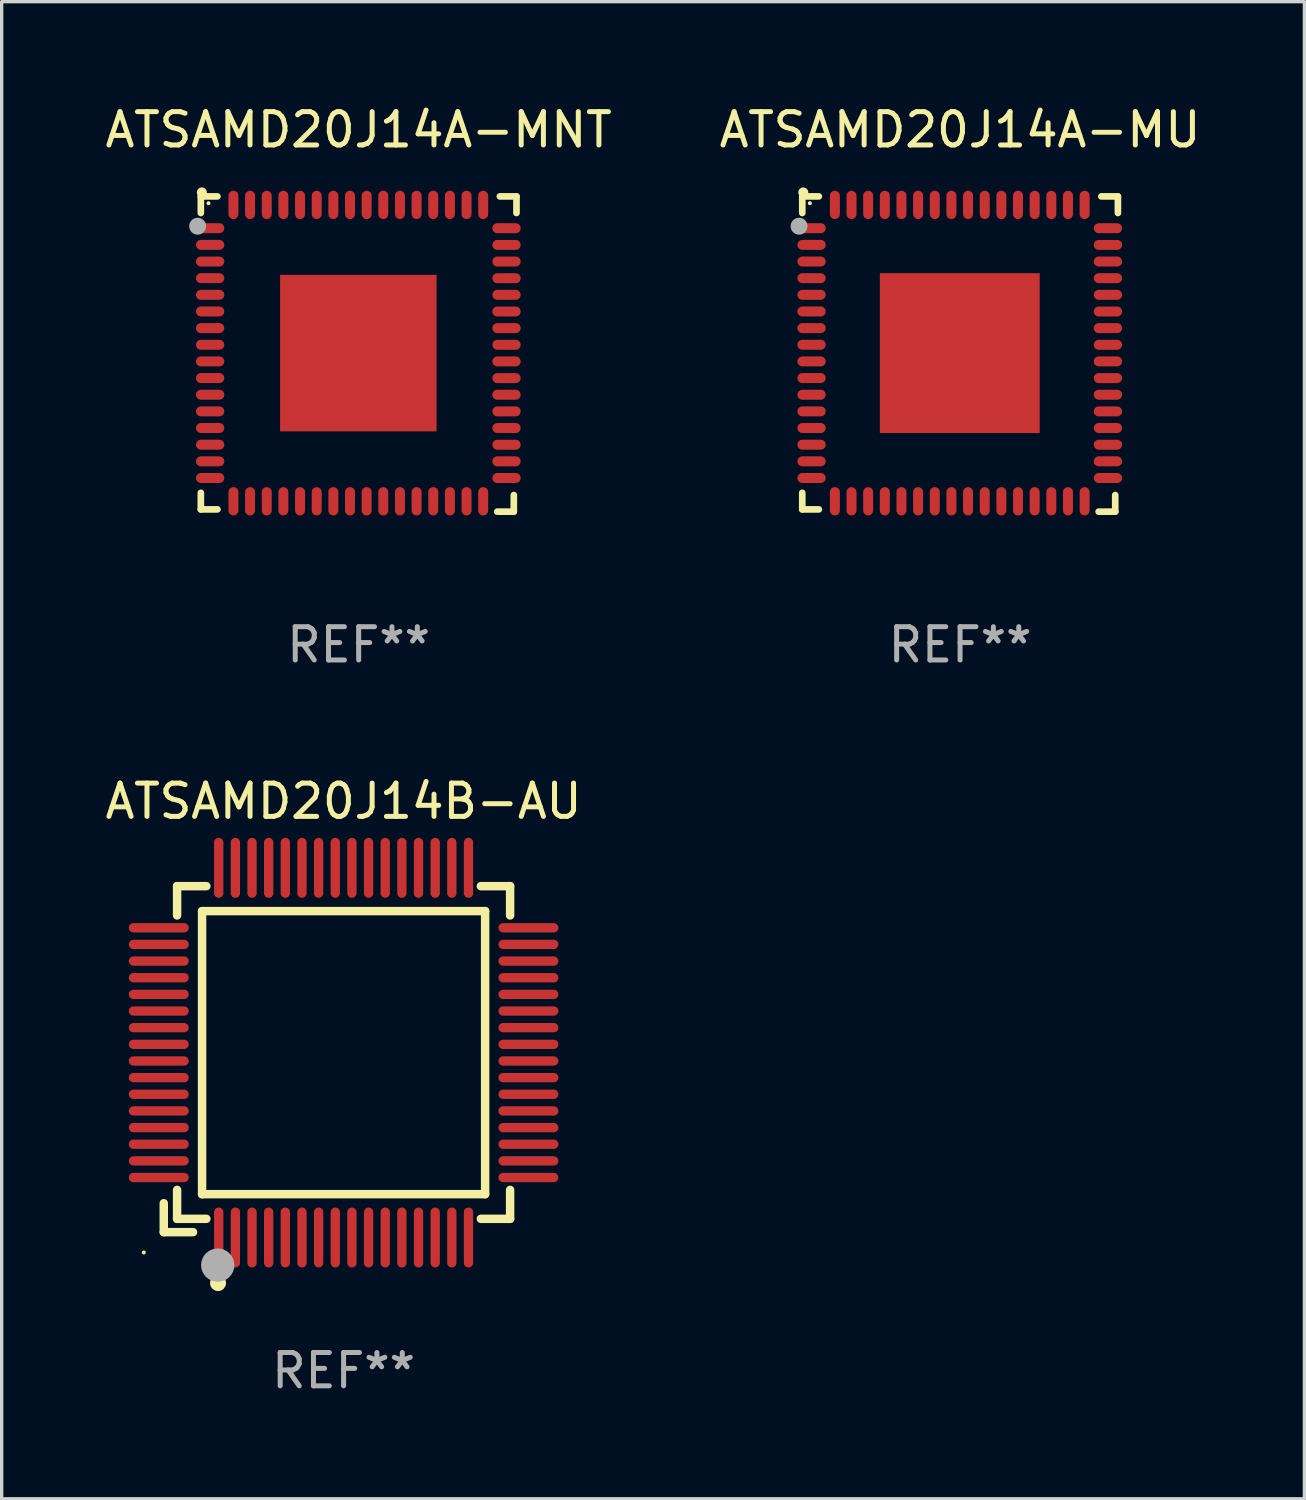
<source format=kicad_pcb>
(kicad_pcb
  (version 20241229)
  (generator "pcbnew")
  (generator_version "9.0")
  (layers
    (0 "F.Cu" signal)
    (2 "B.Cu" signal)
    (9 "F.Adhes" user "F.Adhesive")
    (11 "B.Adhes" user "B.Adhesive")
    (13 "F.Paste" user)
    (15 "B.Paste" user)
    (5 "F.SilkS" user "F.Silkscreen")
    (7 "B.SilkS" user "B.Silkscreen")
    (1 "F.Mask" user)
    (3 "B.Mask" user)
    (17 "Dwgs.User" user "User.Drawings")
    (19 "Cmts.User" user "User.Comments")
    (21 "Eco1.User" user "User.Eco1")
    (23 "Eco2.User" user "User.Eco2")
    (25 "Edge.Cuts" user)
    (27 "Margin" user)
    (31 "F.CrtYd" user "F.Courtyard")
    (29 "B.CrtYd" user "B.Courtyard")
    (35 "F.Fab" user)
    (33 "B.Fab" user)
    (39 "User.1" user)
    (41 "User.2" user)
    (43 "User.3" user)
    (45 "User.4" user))
  (footprint "ATSAMD20J14A-MNT"
    (layer "F.Cu")
    (at 7.72 7.581)
    (property "Reference" "ATSAMD20J14A-MNT" (at 0 -6.733 0) (layer "F.SilkS") (effects (font (size 1 1) (thickness 0.15))))
    (attr through_hole)
    (fp_line (start -4.739 -4.733) (end -4.241 -4.733) (stroke (width 0.2) (type solid)) (layer "F.SilkS"))
    (fp_line (start -4.739 -4.235) (end -4.739 -4.733) (stroke (width 0.2) (type solid)) (layer "F.SilkS"))
    (fp_line (start -4.739 4.168) (end -4.739 4.665) (stroke (width 0.2) (type solid)) (layer "F.SilkS"))
    (fp_line (start -4.739 4.665) (end -4.241 4.665) (stroke (width 0.2) (type solid)) (layer "F.SilkS"))
    (fp_line (start 4.161 4.733) (end 4.659 4.733) (stroke (width 0.2) (type solid)) (layer "F.SilkS"))
    (fp_line (start 4.241 -4.733) (end 4.739 -4.733) (stroke (width 0.2) (type solid)) (layer "F.SilkS"))
    (fp_line (start 4.659 4.733) (end 4.659 4.235) (stroke (width 0.2) (type solid)) (layer "F.SilkS"))
    (fp_line (start 4.739 -4.733) (end 4.739 -4.235) (stroke (width 0.2) (type solid)) (layer "F.SilkS"))
    (fp_arc (start -4.708623 -4.85108) (mid -4.708628 -4.85235) (end -4.708623 -4.85362) (stroke (width 0.3) (type solid)) (layer "F.SilkS"))
    (fp_circle (center -4.51 -4.528) (end -4.48 -4.528) (stroke (width 0.06) (type solid)) (fill no) (layer "F.SilkS"))
    (fp_circle (center -4.835 -3.838) (end -4.708 -3.838) (stroke (width 0.254) (type solid)) (fill no) (layer "F.Fab"))
    (fp_text user "REF**" (at 0 8.733 0) (layer "F.Fab") (effects (font (size 1 1) (thickness 0.15))))
    (pad "1" smd oval (at -4.46 -3.778) (size 0.85 0.3) (layers "F.Cu" "F.Mask" "F.Paste"))
    (pad "2" smd oval (at -4.46 -3.278) (size 0.85 0.3) (layers "F.Cu" "F.Mask" "F.Paste"))
    (pad "3" smd oval (at -4.46 -2.778) (size 0.85 0.3) (layers "F.Cu" "F.Mask" "F.Paste"))
    (pad "4" smd oval (at -4.46 -2.278) (size 0.85 0.3) (layers "F.Cu" "F.Mask" "F.Paste"))
    (pad "5" smd oval (at -4.46 -1.778) (size 0.85 0.3) (layers "F.Cu" "F.Mask" "F.Paste"))
    (pad "6" smd oval (at -4.46 -1.278) (size 0.85 0.3) (layers "F.Cu" "F.Mask" "F.Paste"))
    (pad "7" smd oval (at -4.46 -0.778) (size 0.85 0.3) (layers "F.Cu" "F.Mask" "F.Paste"))
    (pad "8" smd oval (at -4.46 -0.278) (size 0.85 0.3) (layers "F.Cu" "F.Mask" "F.Paste"))
    (pad "9" smd oval (at -4.46 0.222) (size 0.85 0.3) (layers "F.Cu" "F.Mask" "F.Paste"))
    (pad "10" smd oval (at -4.46 0.722) (size 0.85 0.3) (layers "F.Cu" "F.Mask" "F.Paste"))
    (pad "11" smd oval (at -4.46 1.222) (size 0.85 0.3) (layers "F.Cu" "F.Mask" "F.Paste"))
    (pad "12" smd oval (at -4.46 1.722) (size 0.85 0.3) (layers "F.Cu" "F.Mask" "F.Paste"))
    (pad "13" smd oval (at -4.46 2.222) (size 0.85 0.3) (layers "F.Cu" "F.Mask" "F.Paste"))
    (pad "14" smd oval (at -4.46 2.722) (size 0.85 0.3) (layers "F.Cu" "F.Mask" "F.Paste"))
    (pad "15" smd oval (at -4.46 3.222) (size 0.85 0.3) (layers "F.Cu" "F.Mask" "F.Paste"))
    (pad "16" smd oval (at -4.46 3.722) (size 0.85 0.3) (layers "F.Cu" "F.Mask" "F.Paste"))
    (pad "17" smd oval (at -3.76 4.422) (size 0.3 0.85) (layers "F.Cu" "F.Mask" "F.Paste"))
    (pad "18" smd oval (at -3.26 4.422) (size 0.3 0.85) (layers "F.Cu" "F.Mask" "F.Paste"))
    (pad "19" smd oval (at -2.76 4.422) (size 0.3 0.85) (layers "F.Cu" "F.Mask" "F.Paste"))
    (pad "20" smd oval (at -2.26 4.422) (size 0.3 0.85) (layers "F.Cu" "F.Mask" "F.Paste"))
    (pad "21" smd oval (at -1.76 4.422) (size 0.3 0.85) (layers "F.Cu" "F.Mask" "F.Paste"))
    (pad "22" smd oval (at -1.26 4.422) (size 0.3 0.85) (layers "F.Cu" "F.Mask" "F.Paste"))
    (pad "23" smd oval (at -0.76 4.422) (size 0.3 0.85) (layers "F.Cu" "F.Mask" "F.Paste"))
    (pad "24" smd oval (at -0.26 4.422) (size 0.3 0.85) (layers "F.Cu" "F.Mask" "F.Paste"))
    (pad "25" smd oval (at 0.24 4.422) (size 0.3 0.85) (layers "F.Cu" "F.Mask" "F.Paste"))
    (pad "26" smd oval (at 0.74 4.422) (size 0.3 0.85) (layers "F.Cu" "F.Mask" "F.Paste"))
    (pad "27" smd oval (at 1.24 4.422) (size 0.3 0.85) (layers "F.Cu" "F.Mask" "F.Paste"))
    (pad "28" smd oval (at 1.74 4.422) (size 0.3 0.85) (layers "F.Cu" "F.Mask" "F.Paste"))
    (pad "29" smd oval (at 2.24 4.422) (size 0.3 0.85) (layers "F.Cu" "F.Mask" "F.Paste"))
    (pad "30" smd oval (at 2.74 4.422) (size 0.3 0.85) (layers "F.Cu" "F.Mask" "F.Paste"))
    (pad "31" smd oval (at 3.24 4.422) (size 0.3 0.85) (layers "F.Cu" "F.Mask" "F.Paste"))
    (pad "32" smd oval (at 3.74 4.422) (size 0.3 0.85) (layers "F.Cu" "F.Mask" "F.Paste"))
    (pad "33" smd oval (at 4.44 3.723) (size 0.85 0.3) (layers "F.Cu" "F.Mask" "F.Paste"))
    (pad "34" smd oval (at 4.44 3.222) (size 0.85 0.3) (layers "F.Cu" "F.Mask" "F.Paste"))
    (pad "35" smd oval (at 4.44 2.723) (size 0.85 0.3) (layers "F.Cu" "F.Mask" "F.Paste"))
    (pad "36" smd oval (at 4.44 2.222) (size 0.85 0.3) (layers "F.Cu" "F.Mask" "F.Paste"))
    (pad "37" smd oval (at 4.44 1.723) (size 0.85 0.3) (layers "F.Cu" "F.Mask" "F.Paste"))
    (pad "38" smd oval (at 4.44 1.222) (size 0.85 0.3) (layers "F.Cu" "F.Mask" "F.Paste"))
    (pad "39" smd oval (at 4.44 0.723) (size 0.85 0.3) (layers "F.Cu" "F.Mask" "F.Paste"))
    (pad "40" smd oval (at 4.44 0.222) (size 0.85 0.3) (layers "F.Cu" "F.Mask" "F.Paste"))
    (pad "41" smd oval (at 4.44 -0.277) (size 0.85 0.3) (layers "F.Cu" "F.Mask" "F.Paste"))
    (pad "42" smd oval (at 4.44 -0.778) (size 0.85 0.3) (layers "F.Cu" "F.Mask" "F.Paste"))
    (pad "43" smd oval (at 4.44 -1.277) (size 0.85 0.3) (layers "F.Cu" "F.Mask" "F.Paste"))
    (pad "44" smd oval (at 4.44 -1.778) (size 0.85 0.3) (layers "F.Cu" "F.Mask" "F.Paste"))
    (pad "45" smd oval (at 4.44 -2.277) (size 0.85 0.3) (layers "F.Cu" "F.Mask" "F.Paste"))
    (pad "46" smd oval (at 4.44 -2.778) (size 0.85 0.3) (layers "F.Cu" "F.Mask" "F.Paste"))
    (pad "47" smd oval (at 4.44 -3.277) (size 0.85 0.3) (layers "F.Cu" "F.Mask" "F.Paste"))
    (pad "48" smd oval (at 4.44 -3.778) (size 0.85 0.3) (layers "F.Cu" "F.Mask" "F.Paste"))
    (pad "49" smd oval (at 3.74 -4.478) (size 0.3 0.85) (layers "F.Cu" "F.Mask" "F.Paste"))
    (pad "50" smd oval (at 3.24 -4.478) (size 0.3 0.85) (layers "F.Cu" "F.Mask" "F.Paste"))
    (pad "51" smd oval (at 2.74 -4.478) (size 0.3 0.85) (layers "F.Cu" "F.Mask" "F.Paste"))
    (pad "52" smd oval (at 2.24 -4.478) (size 0.3 0.85) (layers "F.Cu" "F.Mask" "F.Paste"))
    (pad "53" smd oval (at 1.74 -4.478) (size 0.3 0.85) (layers "F.Cu" "F.Mask" "F.Paste"))
    (pad "54" smd oval (at 1.24 -4.478) (size 0.3 0.85) (layers "F.Cu" "F.Mask" "F.Paste"))
    (pad "55" smd oval (at 0.74 -4.478) (size 0.3 0.85) (layers "F.Cu" "F.Mask" "F.Paste"))
    (pad "56" smd oval (at 0.24 -4.478) (size 0.3 0.85) (layers "F.Cu" "F.Mask" "F.Paste"))
    (pad "57" smd oval (at -0.26 -4.478) (size 0.3 0.85) (layers "F.Cu" "F.Mask" "F.Paste"))
    (pad "58" smd oval (at -0.76 -4.478) (size 0.3 0.85) (layers "F.Cu" "F.Mask" "F.Paste"))
    (pad "59" smd oval (at -1.26 -4.478) (size 0.3 0.85) (layers "F.Cu" "F.Mask" "F.Paste"))
    (pad "60" smd oval (at -1.76 -4.478) (size 0.3 0.85) (layers "F.Cu" "F.Mask" "F.Paste"))
    (pad "61" smd oval (at -2.26 -4.478) (size 0.3 0.85) (layers "F.Cu" "F.Mask" "F.Paste"))
    (pad "62" smd oval (at -2.76 -4.478) (size 0.3 0.85) (layers "F.Cu" "F.Mask" "F.Paste"))
    (pad "63" smd oval (at -3.26 -4.478) (size 0.3 0.85) (layers "F.Cu" "F.Mask" "F.Paste"))
    (pad "64" smd oval (at -3.76 -4.478) (size 0.3 0.85) (layers "F.Cu" "F.Mask" "F.Paste"))
    (pad "65" smd rect (at -0.009 -0.028 90) (size 4.7 4.7) (layers "F.Cu" "F.Mask" "F.Paste")))
  (footprint "ATSAMD20J14B-AU"
    (layer "F.Cu")
    (at 7.268 28.56)
    (property "Reference" "ATSAMD20J14B-AU" (at 0 -7.55 0) (layer "F.SilkS") (effects (font (size 1 1) (thickness 0.15))))
    (attr through_hole)
    (fp_line (start -5.4 4.521) (end -5.4 5.39) (stroke (width 0.254) (type solid)) (layer "F.SilkS"))
    (fp_line (start -5.4 5.39) (end -4.521 5.39) (stroke (width 0.254) (type solid)) (layer "F.SilkS"))
    (fp_line (start -5 -5) (end -5 -4.121) (stroke (width 0.254) (type solid)) (layer "F.SilkS"))
    (fp_line (start -5 4.121) (end -5 4.99) (stroke (width 0.254) (type solid)) (layer "F.SilkS"))
    (fp_line (start -5 4.99) (end -4.121 4.99) (stroke (width 0.254) (type solid)) (layer "F.SilkS"))
    (fp_line (start -4.25 -4.25) (end -4.25 4.25) (stroke (width 0.254) (type solid)) (layer "F.SilkS"))
    (fp_line (start -4.25 4.25) (end 4.25 4.25) (stroke (width 0.254) (type solid)) (layer "F.SilkS"))
    (fp_line (start -4.121 -5) (end -5 -5) (stroke (width 0.254) (type solid)) (layer "F.SilkS"))
    (fp_line (start 4.121 4.99) (end 5 4.99) (stroke (width 0.254) (type solid)) (layer "F.SilkS"))
    (fp_line (start 4.25 -4.25) (end -4.25 -4.25) (stroke (width 0.254) (type solid)) (layer "F.SilkS"))
    (fp_line (start 4.25 4.25) (end 4.25 -4.25) (stroke (width 0.254) (type solid)) (layer "F.SilkS"))
    (fp_line (start 5 -5) (end 4.121 -5) (stroke (width 0.254) (type solid)) (layer "F.SilkS"))
    (fp_line (start 5 -4.121) (end 5 -5) (stroke (width 0.254) (type solid)) (layer "F.SilkS"))
    (fp_line (start 5 4.99) (end 5 4.121) (stroke (width 0.254) (type solid)) (layer "F.SilkS"))
    (fp_circle (center -6 6) (end -5.97 6) (stroke (width 0.06) (type solid)) (fill no) (layer "F.SilkS"))
    (fp_circle (center -3.77 6.92) (end -3.65 6.92) (stroke (width 0.24) (type solid)) (fill no) (layer "F.SilkS"))
    (fp_circle (center -3.78 6.38) (end -3.53 6.38) (stroke (width 0.5) (type solid)) (fill no) (layer "F.Fab"))
    (fp_text user "REF**" (at 0 9.55 0) (layer "F.Fab") (effects (font (size 1 1) (thickness 0.15))))
    (pad "1" smd oval (at -3.75 5.55) (size 0.28 1.8) (layers "F.Cu" "F.Mask" "F.Paste"))
    (pad "2" smd oval (at -3.25 5.55) (size 0.28 1.8) (layers "F.Cu" "F.Mask" "F.Paste"))
    (pad "3" smd oval (at -2.75 5.55) (size 0.28 1.8) (layers "F.Cu" "F.Mask" "F.Paste"))
    (pad "4" smd oval (at -2.25 5.55) (size 0.28 1.8) (layers "F.Cu" "F.Mask" "F.Paste"))
    (pad "5" smd oval (at -1.75 5.55) (size 0.28 1.8) (layers "F.Cu" "F.Mask" "F.Paste"))
    (pad "6" smd oval (at -1.25 5.55) (size 0.28 1.8) (layers "F.Cu" "F.Mask" "F.Paste"))
    (pad "7" smd oval (at -0.75 5.55) (size 0.28 1.8) (layers "F.Cu" "F.Mask" "F.Paste"))
    (pad "8" smd oval (at -0.25 5.55) (size 0.28 1.8) (layers "F.Cu" "F.Mask" "F.Paste"))
    (pad "9" smd oval (at 0.25 5.55) (size 0.28 1.8) (layers "F.Cu" "F.Mask" "F.Paste"))
    (pad "10" smd oval (at 0.75 5.55) (size 0.28 1.8) (layers "F.Cu" "F.Mask" "F.Paste"))
    (pad "11" smd oval (at 1.25 5.55) (size 0.28 1.8) (layers "F.Cu" "F.Mask" "F.Paste"))
    (pad "12" smd oval (at 1.75 5.55) (size 0.28 1.8) (layers "F.Cu" "F.Mask" "F.Paste"))
    (pad "13" smd oval (at 2.25 5.55) (size 0.28 1.8) (layers "F.Cu" "F.Mask" "F.Paste"))
    (pad "14" smd oval (at 2.75 5.55) (size 0.28 1.8) (layers "F.Cu" "F.Mask" "F.Paste"))
    (pad "15" smd oval (at 3.25 5.55) (size 0.28 1.8) (layers "F.Cu" "F.Mask" "F.Paste"))
    (pad "16" smd oval (at 3.75 5.55) (size 0.28 1.8) (layers "F.Cu" "F.Mask" "F.Paste"))
    (pad "17" smd oval (at 5.55 3.75) (size 1.8 0.28) (layers "F.Cu" "F.Mask" "F.Paste"))
    (pad "18" smd oval (at 5.55 3.25) (size 1.8 0.28) (layers "F.Cu" "F.Mask" "F.Paste"))
    (pad "19" smd oval (at 5.55 2.75) (size 1.8 0.28) (layers "F.Cu" "F.Mask" "F.Paste"))
    (pad "20" smd oval (at 5.55 2.25) (size 1.8 0.28) (layers "F.Cu" "F.Mask" "F.Paste"))
    (pad "21" smd oval (at 5.55 1.75) (size 1.8 0.28) (layers "F.Cu" "F.Mask" "F.Paste"))
    (pad "22" smd oval (at 5.55 1.25) (size 1.8 0.28) (layers "F.Cu" "F.Mask" "F.Paste"))
    (pad "23" smd oval (at 5.55 0.75) (size 1.8 0.28) (layers "F.Cu" "F.Mask" "F.Paste"))
    (pad "24" smd oval (at 5.55 0.25) (size 1.8 0.28) (layers "F.Cu" "F.Mask" "F.Paste"))
    (pad "25" smd oval (at 5.55 -0.25) (size 1.8 0.28) (layers "F.Cu" "F.Mask" "F.Paste"))
    (pad "26" smd oval (at 5.55 -0.75) (size 1.8 0.28) (layers "F.Cu" "F.Mask" "F.Paste"))
    (pad "27" smd oval (at 5.55 -1.25) (size 1.8 0.28) (layers "F.Cu" "F.Mask" "F.Paste"))
    (pad "28" smd oval (at 5.55 -1.75) (size 1.8 0.28) (layers "F.Cu" "F.Mask" "F.Paste"))
    (pad "29" smd oval (at 5.55 -2.25) (size 1.8 0.28) (layers "F.Cu" "F.Mask" "F.Paste"))
    (pad "30" smd oval (at 5.55 -2.75) (size 1.8 0.28) (layers "F.Cu" "F.Mask" "F.Paste"))
    (pad "31" smd oval (at 5.55 -3.25) (size 1.8 0.28) (layers "F.Cu" "F.Mask" "F.Paste"))
    (pad "32" smd oval (at 5.55 -3.75) (size 1.8 0.28) (layers "F.Cu" "F.Mask" "F.Paste"))
    (pad "33" smd oval (at 3.75 -5.55) (size 0.28 1.8) (layers "F.Cu" "F.Mask" "F.Paste"))
    (pad "34" smd oval (at 3.25 -5.55) (size 0.28 1.8) (layers "F.Cu" "F.Mask" "F.Paste"))
    (pad "35" smd oval (at 2.75 -5.55) (size 0.28 1.8) (layers "F.Cu" "F.Mask" "F.Paste"))
    (pad "36" smd oval (at 2.25 -5.55) (size 0.28 1.8) (layers "F.Cu" "F.Mask" "F.Paste"))
    (pad "37" smd oval (at 1.75 -5.55) (size 0.28 1.8) (layers "F.Cu" "F.Mask" "F.Paste"))
    (pad "38" smd oval (at 1.25 -5.55) (size 0.28 1.8) (layers "F.Cu" "F.Mask" "F.Paste"))
    (pad "39" smd oval (at 0.75 -5.55) (size 0.28 1.8) (layers "F.Cu" "F.Mask" "F.Paste"))
    (pad "40" smd oval (at 0.25 -5.55) (size 0.28 1.8) (layers "F.Cu" "F.Mask" "F.Paste"))
    (pad "41" smd oval (at -0.25 -5.55) (size 0.28 1.8) (layers "F.Cu" "F.Mask" "F.Paste"))
    (pad "42" smd oval (at -0.75 -5.55) (size 0.28 1.8) (layers "F.Cu" "F.Mask" "F.Paste"))
    (pad "43" smd oval (at -1.25 -5.55) (size 0.28 1.8) (layers "F.Cu" "F.Mask" "F.Paste"))
    (pad "44" smd oval (at -1.75 -5.55) (size 0.28 1.8) (layers "F.Cu" "F.Mask" "F.Paste"))
    (pad "45" smd oval (at -2.25 -5.55) (size 0.28 1.8) (layers "F.Cu" "F.Mask" "F.Paste"))
    (pad "46" smd oval (at -2.75 -5.55) (size 0.28 1.8) (layers "F.Cu" "F.Mask" "F.Paste"))
    (pad "47" smd oval (at -3.25 -5.55) (size 0.28 1.8) (layers "F.Cu" "F.Mask" "F.Paste"))
    (pad "48" smd oval (at -3.75 -5.55) (size 0.28 1.8) (layers "F.Cu" "F.Mask" "F.Paste"))
    (pad "49" smd oval (at -5.55 -3.75) (size 1.8 0.28) (layers "F.Cu" "F.Mask" "F.Paste"))
    (pad "50" smd oval (at -5.55 -3.25) (size 1.8 0.28) (layers "F.Cu" "F.Mask" "F.Paste"))
    (pad "51" smd oval (at -5.55 -2.75) (size 1.8 0.28) (layers "F.Cu" "F.Mask" "F.Paste"))
    (pad "52" smd oval (at -5.55 -2.25) (size 1.8 0.28) (layers "F.Cu" "F.Mask" "F.Paste"))
    (pad "53" smd oval (at -5.55 -1.75) (size 1.8 0.28) (layers "F.Cu" "F.Mask" "F.Paste"))
    (pad "54" smd oval (at -5.55 -1.25) (size 1.8 0.28) (layers "F.Cu" "F.Mask" "F.Paste"))
    (pad "55" smd oval (at -5.55 -0.75) (size 1.8 0.28) (layers "F.Cu" "F.Mask" "F.Paste"))
    (pad "56" smd oval (at -5.55 -0.25) (size 1.8 0.28) (layers "F.Cu" "F.Mask" "F.Paste"))
    (pad "57" smd oval (at -5.55 0.25) (size 1.8 0.28) (layers "F.Cu" "F.Mask" "F.Paste"))
    (pad "58" smd oval (at -5.55 0.75) (size 1.8 0.28) (layers "F.Cu" "F.Mask" "F.Paste"))
    (pad "59" smd oval (at -5.55 1.25) (size 1.8 0.28) (layers "F.Cu" "F.Mask" "F.Paste"))
    (pad "60" smd oval (at -5.55 1.75) (size 1.8 0.28) (layers "F.Cu" "F.Mask" "F.Paste"))
    (pad "61" smd oval (at -5.55 2.25) (size 1.8 0.28) (layers "F.Cu" "F.Mask" "F.Paste"))
    (pad "62" smd oval (at -5.55 2.75) (size 1.8 0.28) (layers "F.Cu" "F.Mask" "F.Paste"))
    (pad "63" smd oval (at -5.55 3.25) (size 1.8 0.28) (layers "F.Cu" "F.Mask" "F.Paste"))
    (pad "64" smd oval (at -5.55 3.75) (size 1.8 0.28) (layers "F.Cu" "F.Mask" "F.Paste")))
  (footprint "ATSAMD20J14A-MU"
    (layer "F.Cu")
    (at 25.78 7.581)
    (property "Reference" "ATSAMD20J14A-MU" (at 0 -6.733 0) (layer "F.SilkS") (effects (font (size 1 1) (thickness 0.15))))
    (attr through_hole)
    (fp_line (start -4.739 -4.733) (end -4.241 -4.733) (stroke (width 0.2) (type solid)) (layer "F.SilkS"))
    (fp_line (start -4.739 -4.235) (end -4.739 -4.733) (stroke (width 0.2) (type solid)) (layer "F.SilkS"))
    (fp_line (start -4.739 4.168) (end -4.739 4.665) (stroke (width 0.2) (type solid)) (layer "F.SilkS"))
    (fp_line (start -4.739 4.665) (end -4.241 4.665) (stroke (width 0.2) (type solid)) (layer "F.SilkS"))
    (fp_line (start 4.161 4.733) (end 4.659 4.733) (stroke (width 0.2) (type solid)) (layer "F.SilkS"))
    (fp_line (start 4.241 -4.733) (end 4.739 -4.733) (stroke (width 0.2) (type solid)) (layer "F.SilkS"))
    (fp_line (start 4.659 4.733) (end 4.659 4.235) (stroke (width 0.2) (type solid)) (layer "F.SilkS"))
    (fp_line (start 4.739 -4.733) (end 4.739 -4.235) (stroke (width 0.2) (type solid)) (layer "F.SilkS"))
    (fp_arc (start -4.708623 -4.85108) (mid -4.708628 -4.85235) (end -4.708623 -4.85362) (stroke (width 0.3) (type solid)) (layer "F.SilkS"))
    (fp_circle (center -4.511 -4.529) (end -4.481 -4.529) (stroke (width 0.06) (type solid)) (fill no) (layer "F.SilkS"))
    (fp_circle (center -4.835 -3.838) (end -4.708 -3.838) (stroke (width 0.254) (type solid)) (fill no) (layer "F.Fab"))
    (fp_text user "REF**" (at 0 8.733 0) (layer "F.Fab") (effects (font (size 1 1) (thickness 0.15))))
    (pad "1" smd oval (at -4.46 -3.778) (size 0.85 0.3) (layers "F.Cu" "F.Mask" "F.Paste"))
    (pad "2" smd oval (at -4.46 -3.278) (size 0.85 0.3) (layers "F.Cu" "F.Mask" "F.Paste"))
    (pad "3" smd oval (at -4.46 -2.778) (size 0.85 0.3) (layers "F.Cu" "F.Mask" "F.Paste"))
    (pad "4" smd oval (at -4.46 -2.278) (size 0.85 0.3) (layers "F.Cu" "F.Mask" "F.Paste"))
    (pad "5" smd oval (at -4.46 -1.778) (size 0.85 0.3) (layers "F.Cu" "F.Mask" "F.Paste"))
    (pad "6" smd oval (at -4.46 -1.278) (size 0.85 0.3) (layers "F.Cu" "F.Mask" "F.Paste"))
    (pad "7" smd oval (at -4.46 -0.778) (size 0.85 0.3) (layers "F.Cu" "F.Mask" "F.Paste"))
    (pad "8" smd oval (at -4.46 -0.278) (size 0.85 0.3) (layers "F.Cu" "F.Mask" "F.Paste"))
    (pad "9" smd oval (at -4.46 0.222) (size 0.85 0.3) (layers "F.Cu" "F.Mask" "F.Paste"))
    (pad "10" smd oval (at -4.46 0.722) (size 0.85 0.3) (layers "F.Cu" "F.Mask" "F.Paste"))
    (pad "11" smd oval (at -4.46 1.222) (size 0.85 0.3) (layers "F.Cu" "F.Mask" "F.Paste"))
    (pad "12" smd oval (at -4.46 1.722) (size 0.85 0.3) (layers "F.Cu" "F.Mask" "F.Paste"))
    (pad "13" smd oval (at -4.46 2.222) (size 0.85 0.3) (layers "F.Cu" "F.Mask" "F.Paste"))
    (pad "14" smd oval (at -4.46 2.722) (size 0.85 0.3) (layers "F.Cu" "F.Mask" "F.Paste"))
    (pad "15" smd oval (at -4.46 3.222) (size 0.85 0.3) (layers "F.Cu" "F.Mask" "F.Paste"))
    (pad "16" smd oval (at -4.46 3.722) (size 0.85 0.3) (layers "F.Cu" "F.Mask" "F.Paste"))
    (pad "17" smd oval (at -3.76 4.422) (size 0.3 0.85) (layers "F.Cu" "F.Mask" "F.Paste"))
    (pad "18" smd oval (at -3.26 4.422) (size 0.3 0.85) (layers "F.Cu" "F.Mask" "F.Paste"))
    (pad "19" smd oval (at -2.76 4.422) (size 0.3 0.85) (layers "F.Cu" "F.Mask" "F.Paste"))
    (pad "20" smd oval (at -2.26 4.422) (size 0.3 0.85) (layers "F.Cu" "F.Mask" "F.Paste"))
    (pad "21" smd oval (at -1.76 4.422) (size 0.3 0.85) (layers "F.Cu" "F.Mask" "F.Paste"))
    (pad "22" smd oval (at -1.26 4.422) (size 0.3 0.85) (layers "F.Cu" "F.Mask" "F.Paste"))
    (pad "23" smd oval (at -0.76 4.422) (size 0.3 0.85) (layers "F.Cu" "F.Mask" "F.Paste"))
    (pad "24" smd oval (at -0.26 4.422) (size 0.3 0.85) (layers "F.Cu" "F.Mask" "F.Paste"))
    (pad "25" smd oval (at 0.24 4.422) (size 0.3 0.85) (layers "F.Cu" "F.Mask" "F.Paste"))
    (pad "26" smd oval (at 0.74 4.422) (size 0.3 0.85) (layers "F.Cu" "F.Mask" "F.Paste"))
    (pad "27" smd oval (at 1.24 4.422) (size 0.3 0.85) (layers "F.Cu" "F.Mask" "F.Paste"))
    (pad "28" smd oval (at 1.74 4.422) (size 0.3 0.85) (layers "F.Cu" "F.Mask" "F.Paste"))
    (pad "29" smd oval (at 2.24 4.422) (size 0.3 0.85) (layers "F.Cu" "F.Mask" "F.Paste"))
    (pad "30" smd oval (at 2.74 4.422) (size 0.3 0.85) (layers "F.Cu" "F.Mask" "F.Paste"))
    (pad "31" smd oval (at 3.24 4.422) (size 0.3 0.85) (layers "F.Cu" "F.Mask" "F.Paste"))
    (pad "32" smd oval (at 3.74 4.422) (size 0.3 0.85) (layers "F.Cu" "F.Mask" "F.Paste"))
    (pad "33" smd oval (at 4.44 3.723) (size 0.85 0.3) (layers "F.Cu" "F.Mask" "F.Paste"))
    (pad "34" smd oval (at 4.44 3.222) (size 0.85 0.3) (layers "F.Cu" "F.Mask" "F.Paste"))
    (pad "35" smd oval (at 4.44 2.723) (size 0.85 0.3) (layers "F.Cu" "F.Mask" "F.Paste"))
    (pad "36" smd oval (at 4.44 2.222) (size 0.85 0.3) (layers "F.Cu" "F.Mask" "F.Paste"))
    (pad "37" smd oval (at 4.44 1.723) (size 0.85 0.3) (layers "F.Cu" "F.Mask" "F.Paste"))
    (pad "38" smd oval (at 4.44 1.222) (size 0.85 0.3) (layers "F.Cu" "F.Mask" "F.Paste"))
    (pad "39" smd oval (at 4.44 0.723) (size 0.85 0.3) (layers "F.Cu" "F.Mask" "F.Paste"))
    (pad "40" smd oval (at 4.44 0.222) (size 0.85 0.3) (layers "F.Cu" "F.Mask" "F.Paste"))
    (pad "41" smd oval (at 4.44 -0.277) (size 0.85 0.3) (layers "F.Cu" "F.Mask" "F.Paste"))
    (pad "42" smd oval (at 4.44 -0.778) (size 0.85 0.3) (layers "F.Cu" "F.Mask" "F.Paste"))
    (pad "43" smd oval (at 4.44 -1.277) (size 0.85 0.3) (layers "F.Cu" "F.Mask" "F.Paste"))
    (pad "44" smd oval (at 4.44 -1.778) (size 0.85 0.3) (layers "F.Cu" "F.Mask" "F.Paste"))
    (pad "45" smd oval (at 4.44 -2.277) (size 0.85 0.3) (layers "F.Cu" "F.Mask" "F.Paste"))
    (pad "46" smd oval (at 4.44 -2.778) (size 0.85 0.3) (layers "F.Cu" "F.Mask" "F.Paste"))
    (pad "47" smd oval (at 4.44 -3.277) (size 0.85 0.3) (layers "F.Cu" "F.Mask" "F.Paste"))
    (pad "48" smd oval (at 4.44 -3.778) (size 0.85 0.3) (layers "F.Cu" "F.Mask" "F.Paste"))
    (pad "49" smd oval (at 3.74 -4.478) (size 0.3 0.85) (layers "F.Cu" "F.Mask" "F.Paste"))
    (pad "50" smd oval (at 3.24 -4.478) (size 0.3 0.85) (layers "F.Cu" "F.Mask" "F.Paste"))
    (pad "51" smd oval (at 2.74 -4.478) (size 0.3 0.85) (layers "F.Cu" "F.Mask" "F.Paste"))
    (pad "52" smd oval (at 2.24 -4.478) (size 0.3 0.85) (layers "F.Cu" "F.Mask" "F.Paste"))
    (pad "53" smd oval (at 1.74 -4.478) (size 0.3 0.85) (layers "F.Cu" "F.Mask" "F.Paste"))
    (pad "54" smd oval (at 1.24 -4.478) (size 0.3 0.85) (layers "F.Cu" "F.Mask" "F.Paste"))
    (pad "55" smd oval (at 0.74 -4.478) (size 0.3 0.85) (layers "F.Cu" "F.Mask" "F.Paste"))
    (pad "56" smd oval (at 0.24 -4.478) (size 0.3 0.85) (layers "F.Cu" "F.Mask" "F.Paste"))
    (pad "57" smd oval (at -0.26 -4.478) (size 0.3 0.85) (layers "F.Cu" "F.Mask" "F.Paste"))
    (pad "58" smd oval (at -0.76 -4.478) (size 0.3 0.85) (layers "F.Cu" "F.Mask" "F.Paste"))
    (pad "59" smd oval (at -1.26 -4.478) (size 0.3 0.85) (layers "F.Cu" "F.Mask" "F.Paste"))
    (pad "60" smd oval (at -1.76 -4.478) (size 0.3 0.85) (layers "F.Cu" "F.Mask" "F.Paste"))
    (pad "61" smd oval (at -2.26 -4.478) (size 0.3 0.85) (layers "F.Cu" "F.Mask" "F.Paste"))
    (pad "62" smd oval (at -2.76 -4.478) (size 0.3 0.85) (layers "F.Cu" "F.Mask" "F.Paste"))
    (pad "63" smd oval (at -3.26 -4.478) (size 0.3 0.85) (layers "F.Cu" "F.Mask" "F.Paste"))
    (pad "64" smd oval (at -3.76 -4.478) (size 0.3 0.85) (layers "F.Cu" "F.Mask" "F.Paste"))
    (pad "65" smd rect (at -0.009 -0.028 90) (size 4.8 4.8) (layers "F.Cu" "F.Mask" "F.Paste")))
  (gr_rect
    (start -3 -3)
    (end 36.119 41.958)
    (stroke (width 0.1) (type default))
    (fill no)
    (layer "Edge.Cuts")))
</source>
